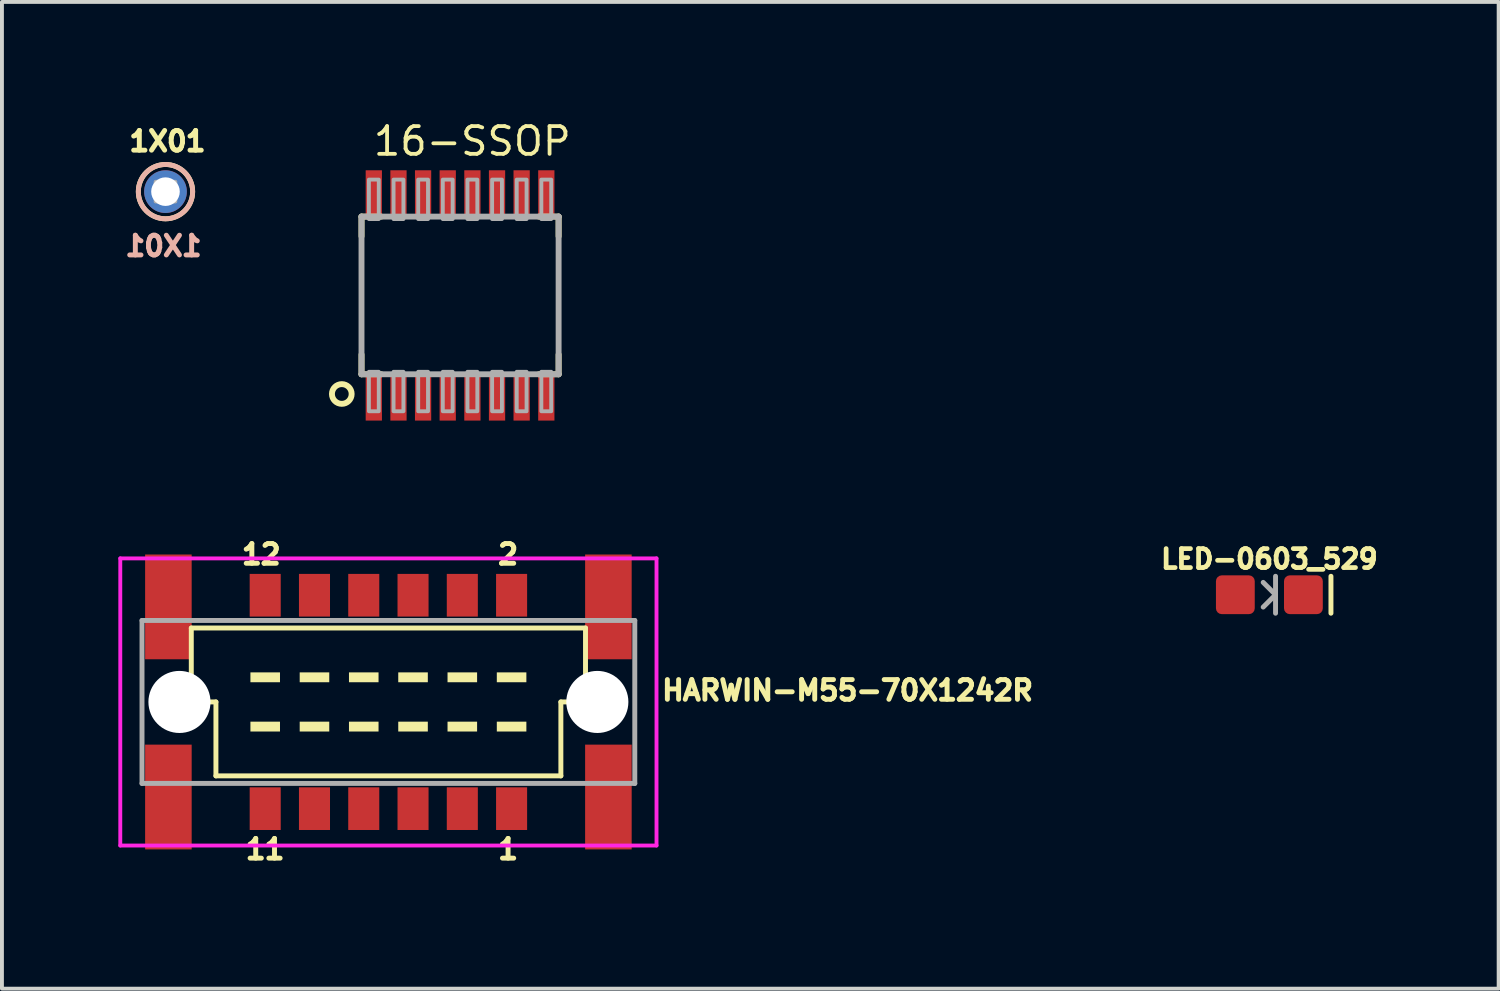
<source format=kicad_pcb>
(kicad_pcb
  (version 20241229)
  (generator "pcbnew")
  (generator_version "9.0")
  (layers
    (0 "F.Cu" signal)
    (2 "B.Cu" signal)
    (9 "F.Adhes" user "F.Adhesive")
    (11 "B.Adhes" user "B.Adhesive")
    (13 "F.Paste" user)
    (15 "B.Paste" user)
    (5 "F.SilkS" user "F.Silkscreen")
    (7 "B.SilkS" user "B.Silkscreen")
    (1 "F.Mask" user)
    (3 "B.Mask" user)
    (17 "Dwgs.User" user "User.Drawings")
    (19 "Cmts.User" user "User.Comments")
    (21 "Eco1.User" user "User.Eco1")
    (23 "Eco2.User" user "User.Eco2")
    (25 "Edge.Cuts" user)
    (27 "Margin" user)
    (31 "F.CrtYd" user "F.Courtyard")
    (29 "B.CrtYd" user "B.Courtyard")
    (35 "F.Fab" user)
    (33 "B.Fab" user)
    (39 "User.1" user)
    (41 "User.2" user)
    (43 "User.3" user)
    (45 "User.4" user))
  (footprint "1X01"
    (layer "F.Cu")
    (at 1.215 1.889)
    (property "Reference" "1X01" (at -1 -1 0) (unlocked yes) (layer "F.SilkS") (effects (font (size 0.508 0.508) (thickness 0.127)) (justify left bottom)))
    (fp_circle (center 0 0) (end 0.7 0) (stroke (width 0.127) (type solid)) (fill no) (layer "F.SilkS"))
    (fp_circle (center 0 0) (end 0.7 0) (stroke (width 0.127) (type solid)) (fill no) (layer "B.SilkS"))
    (fp_poly (pts (xy -0.254 0.254) (xy 0.254 0.254) (xy 0.254 -0.254) (xy -0.254 -0.254)) (stroke (width 0.1) (type default)) (fill no) (layer "F.Fab"))
    (fp_text user "${REFERENCE}" (at 1 1.7 0) (unlocked yes) (layer "B.SilkS") (effects (font (size 0.508 0.508) (thickness 0.127)) (justify left bottom mirror)))
    (pad "1" thru_hole circle (at 0 0) (size 1.1 1.1) (drill 0.737) (layers "*.Cu" "*.Mask")))
  (footprint "HARWIN-M55-70X1242R"
    (layer "F.Cu")
    (at 6.96 15.041)
    (property "Reference" "HARWIN-M55-70X1242R" (at 6.985 0 0) (unlocked yes) (layer "F.SilkS") (effects (font (size 0.508 0.508) (thickness 0.127)) (justify left bottom)))
    (fp_line (start -5.08 -1.905) (end -5.08 0) (stroke (width 0.127) (type solid)) (layer "F.SilkS"))
    (fp_line (start -5.08 0) (end -4.445 0) (stroke (width 0.127) (type solid)) (layer "F.SilkS"))
    (fp_line (start -4.445 0) (end -4.445 1.905) (stroke (width 0.127) (type solid)) (layer "F.SilkS"))
    (fp_line (start -4.445 1.905) (end 4.445 1.905) (stroke (width 0.127) (type solid)) (layer "F.SilkS"))
    (fp_line (start 4.445 0) (end 5.08 0) (stroke (width 0.127) (type solid)) (layer "F.SilkS"))
    (fp_line (start 4.445 1.905) (end 4.445 0) (stroke (width 0.127) (type solid)) (layer "F.SilkS"))
    (fp_line (start 5.08 -1.905) (end -5.08 -1.905) (stroke (width 0.127) (type solid)) (layer "F.SilkS"))
    (fp_line (start 5.08 0) (end 5.08 -1.905) (stroke (width 0.127) (type solid)) (layer "F.SilkS"))
    (fp_poly (pts (xy -3.556 -0.508) (xy -2.794 -0.508) (xy -2.794 -0.762) (xy -3.556 -0.762)) (stroke (width 0) (type default)) (fill yes) (layer "F.SilkS"))
    (fp_poly (pts (xy -3.556 0.762) (xy -2.794 0.762) (xy -2.794 0.508) (xy -3.556 0.508)) (stroke (width 0) (type default)) (fill yes) (layer "F.SilkS"))
    (fp_poly (pts (xy -2.286 -0.508) (xy -1.524 -0.508) (xy -1.524 -0.762) (xy -2.286 -0.762)) (stroke (width 0) (type default)) (fill yes) (layer "F.SilkS"))
    (fp_poly (pts (xy -2.286 0.762) (xy -1.524 0.762) (xy -1.524 0.508) (xy -2.286 0.508)) (stroke (width 0) (type default)) (fill yes) (layer "F.SilkS"))
    (fp_poly (pts (xy -1.016 -0.508) (xy -0.254 -0.508) (xy -0.254 -0.762) (xy -1.016 -0.762)) (stroke (width 0) (type default)) (fill yes) (layer "F.SilkS"))
    (fp_poly (pts (xy -1.016 0.762) (xy -0.254 0.762) (xy -0.254 0.508) (xy -1.016 0.508)) (stroke (width 0) (type default)) (fill yes) (layer "F.SilkS"))
    (fp_poly (pts (xy 0.254 -0.508) (xy 1.016 -0.508) (xy 1.016 -0.762) (xy 0.254 -0.762)) (stroke (width 0) (type default)) (fill yes) (layer "F.SilkS"))
    (fp_poly (pts (xy 0.254 0.762) (xy 1.016 0.762) (xy 1.016 0.508) (xy 0.254 0.508)) (stroke (width 0) (type default)) (fill yes) (layer "F.SilkS"))
    (fp_poly (pts (xy 1.524 -0.508) (xy 2.286 -0.508) (xy 2.286 -0.762) (xy 1.524 -0.762)) (stroke (width 0) (type default)) (fill yes) (layer "F.SilkS"))
    (fp_poly (pts (xy 1.524 0.762) (xy 2.286 0.762) (xy 2.286 0.508) (xy 1.524 0.508)) (stroke (width 0) (type default)) (fill yes) (layer "F.SilkS"))
    (fp_poly (pts (xy 2.794 -0.508) (xy 3.556 -0.508) (xy 3.556 -0.762) (xy 2.794 -0.762)) (stroke (width 0) (type default)) (fill yes) (layer "F.SilkS"))
    (fp_poly (pts (xy 2.794 0.762) (xy 3.556 0.762) (xy 3.556 0.508) (xy 2.794 0.508)) (stroke (width 0) (type default)) (fill yes) (layer "F.SilkS"))
    (fp_line (start -6.91 -3.7) (end 6.91 -3.7) (stroke (width 0.1) (type solid)) (layer "F.CrtYd"))
    (fp_line (start -6.91 3.7) (end -6.91 -3.7) (stroke (width 0.1) (type solid)) (layer "F.CrtYd"))
    (fp_line (start 6.91 -3.7) (end 6.91 3.7) (stroke (width 0.1) (type solid)) (layer "F.CrtYd"))
    (fp_line (start 6.91 3.7) (end -6.91 3.7) (stroke (width 0.1) (type solid)) (layer "F.CrtYd"))
    (fp_line (start -6.35 2.1) (end -6.35 -2.1) (stroke (width 0.127) (type solid)) (layer "F.Fab"))
    (fp_line (start 6.35 -2.1) (end -6.35 -2.1) (stroke (width 0.127) (type solid)) (layer "F.Fab"))
    (fp_line (start 6.35 -2.1) (end 6.35 2.1) (stroke (width 0.127) (type solid)) (layer "F.Fab"))
    (fp_line (start 6.35 2.1) (end -6.35 2.1) (stroke (width 0.127) (type solid)) (layer "F.Fab"))
    (fp_text user "11" (at -2.61 3.5 0) (unlocked yes) (layer "F.SilkS") (effects (font (size 0.508 0.508) (thickness 0.127)) (justify right top)))
    (fp_text user "12" (at -2.71 -4.1 0) (unlocked yes) (layer "F.SilkS") (effects (font (size 0.508 0.508) (thickness 0.127)) (justify right top)))
    (fp_text user "2" (at 3.41 -4.1 0) (unlocked yes) (layer "F.SilkS") (effects (font (size 0.508 0.508) (thickness 0.127)) (justify right top)))
    (fp_text user "1" (at 3.41 3.5 0) (unlocked yes) (layer "F.SilkS") (effects (font (size 0.508 0.508) (thickness 0.127)) (justify right top)))
    (pad "" np_thru_hole circle (at -5.385 0) (size 1.6 1.6) (drill 1.6) (layers "*.Cu" "*.Mask"))
    (pad "" np_thru_hole circle (at 5.385 0) (size 1.6 1.6) (drill 1.6) (layers "*.Cu" "*.Mask"))
    (pad "1" smd rect (at 3.175 2.75 180) (size 0.8 1.1) (layers "F.Cu" "F.Mask" "F.Paste"))
    (pad "2" smd rect (at 3.175 -2.75 180) (size 0.8 1.1) (layers "F.Cu" "F.Mask" "F.Paste"))
    (pad "3" smd rect (at 1.905 2.75 180) (size 0.8 1.1) (layers "F.Cu" "F.Mask" "F.Paste"))
    (pad "4" smd rect (at 1.905 -2.75 180) (size 0.8 1.1) (layers "F.Cu" "F.Mask" "F.Paste"))
    (pad "5" smd rect (at 0.635 2.75 180) (size 0.8 1.1) (layers "F.Cu" "F.Mask" "F.Paste"))
    (pad "6" smd rect (at 0.635 -2.75 180) (size 0.8 1.1) (layers "F.Cu" "F.Mask" "F.Paste"))
    (pad "7" smd rect (at -0.635 2.75 180) (size 0.8 1.1) (layers "F.Cu" "F.Mask" "F.Paste"))
    (pad "8" smd rect (at -0.635 -2.75 180) (size 0.8 1.1) (layers "F.Cu" "F.Mask" "F.Paste"))
    (pad "9" smd rect (at -1.905 2.75 180) (size 0.8 1.1) (layers "F.Cu" "F.Mask" "F.Paste"))
    (pad "10" smd rect (at -1.905 -2.75 180) (size 0.8 1.1) (layers "F.Cu" "F.Mask" "F.Paste"))
    (pad "11" smd rect (at -3.175 2.75 180) (size 0.8 1.1) (layers "F.Cu" "F.Mask" "F.Paste"))
    (pad "12" smd rect (at -3.175 -2.75 180) (size 0.8 1.1) (layers "F.Cu" "F.Mask" "F.Paste"))
    (pad "P$1" smd rect (at -5.67 2.45 90) (size 2.7 1.2) (layers "F.Cu" "F.Mask" "F.Paste"))
    (pad "P$2" smd rect (at -5.67 -2.45 90) (size 2.7 1.2) (layers "F.Cu" "F.Mask" "F.Paste"))
    (pad "P$3" smd rect (at 5.67 -2.45 90) (size 2.7 1.2) (layers "F.Cu" "F.Mask" "F.Paste"))
    (pad "P$4" smd rect (at 5.67 2.45 90) (size 2.7 1.2) (layers "F.Cu" "F.Mask" "F.Paste")))
  (footprint "LED-0603_529"
    (layer "F.Cu")
    (at 29.665 12.278)
    (property "Reference" "LED-0603_529" (at 0 -0.635 0) (unlocked yes) (layer "F.SilkS") (effects (font (size 0.488 0.488) (thickness 0.122)) (justify bottom)))
    (fp_line (start 1.587 -0.476) (end 1.587 0.476) (stroke (width 0.127) (type solid)) (layer "F.SilkS"))
    (fp_line (start 0.159 -0.476) (end 0.159 0) (stroke (width 0.127) (type solid)) (layer "F.Fab"))
    (fp_line (start 0.159 0) (end -0.159 -0.318) (stroke (width 0.127) (type solid)) (layer "F.Fab"))
    (fp_line (start 0.159 0) (end -0.159 0.318) (stroke (width 0.127) (type solid)) (layer "F.Fab"))
    (fp_line (start 0.159 0) (end 0.159 0.476) (stroke (width 0.127) (type solid)) (layer "F.Fab"))
    (pad "A" smd roundrect (at -0.877 0 270) (size 1 1) (layers "F.Cu" "F.Mask" "F.Paste") (roundrect_rratio 0.15))
    (pad "C" smd roundrect (at 0.877 0 270) (size 1 1) (layers "F.Cu" "F.Mask" "F.Paste") (roundrect_rratio 0.15)))
  (footprint "16-SSOP"
    (layer "F.Cu")
    (at 8.807 4.564)
    (property "Reference" "16-SSOP" (at -2.286 -3.556 0) (unlocked yes) (layer "F.SilkS") (effects (font (size 0.715 0.715) (thickness 0.098)) (justify left bottom)))
    (fp_line (start -2.54 -2.032) (end -2.032 -2.032) (stroke (width 0.152) (type solid)) (layer "F.SilkS"))
    (fp_line (start -2.54 -1.524) (end -2.54 -2.032) (stroke (width 0.152) (type solid)) (layer "F.SilkS"))
    (fp_line (start -2.54 1.524) (end -2.54 2.032) (stroke (width 0.152) (type solid)) (layer "F.SilkS"))
    (fp_line (start -2.54 2.032) (end -2.032 2.032) (stroke (width 0.152) (type solid)) (layer "F.SilkS"))
    (fp_line (start 2.032 2.032) (end 2.54 2.032) (stroke (width 0.152) (type solid)) (layer "F.SilkS"))
    (fp_line (start 2.54 -2.032) (end 2.032 -2.032) (stroke (width 0.152) (type solid)) (layer "F.SilkS"))
    (fp_line (start 2.54 -1.524) (end 2.54 -2.032) (stroke (width 0.152) (type solid)) (layer "F.SilkS"))
    (fp_line (start 2.54 2.032) (end 2.54 1.524) (stroke (width 0.152) (type solid)) (layer "F.SilkS"))
    (fp_circle (center -3.048 2.54) (end -2.794 2.54) (stroke (width 0.152) (type solid)) (fill no) (layer "F.SilkS"))
    (fp_line (start -2.54 -2.032) (end -2.54 2.032) (stroke (width 0.152) (type solid)) (layer "F.Fab"))
    (fp_line (start -2.54 2.032) (end 2.54 2.032) (stroke (width 0.152) (type solid)) (layer "F.Fab"))
    (fp_line (start 2.54 -2.032) (end -2.54 -2.032) (stroke (width 0.152) (type solid)) (layer "F.Fab"))
    (fp_line (start 2.54 2.032) (end 2.54 -2.032) (stroke (width 0.152) (type solid)) (layer "F.Fab"))
    (fp_poly (pts (xy -2.349 2.985) (xy -2.095 2.985) (xy -2.095 1.968) (xy -2.349 1.968)) (stroke (width 0.1) (type default)) (fill no) (layer "F.Fab"))
    (fp_poly (pts (xy -2.095 -2.985) (xy -2.349 -2.985) (xy -2.349 -1.968) (xy -2.095 -1.968)) (stroke (width 0.1) (type default)) (fill no) (layer "F.Fab"))
    (fp_poly (pts (xy -1.714 2.985) (xy -1.46 2.985) (xy -1.46 1.968) (xy -1.714 1.968)) (stroke (width 0.1) (type default)) (fill no) (layer "F.Fab"))
    (fp_poly (pts (xy -1.46 -2.985) (xy -1.714 -2.985) (xy -1.714 -1.968) (xy -1.46 -1.968)) (stroke (width 0.1) (type default)) (fill no) (layer "F.Fab"))
    (fp_poly (pts (xy -1.079 2.985) (xy -0.826 2.985) (xy -0.826 1.968) (xy -1.079 1.968)) (stroke (width 0.1) (type default)) (fill no) (layer "F.Fab"))
    (fp_poly (pts (xy -0.826 -2.985) (xy -1.079 -2.985) (xy -1.079 -1.968) (xy -0.826 -1.968)) (stroke (width 0.1) (type default)) (fill no) (layer "F.Fab"))
    (fp_poly (pts (xy -0.445 2.985) (xy -0.191 2.985) (xy -0.191 1.968) (xy -0.445 1.968)) (stroke (width 0.1) (type default)) (fill no) (layer "F.Fab"))
    (fp_poly (pts (xy -0.191 -2.985) (xy -0.445 -2.985) (xy -0.445 -1.968) (xy -0.191 -1.968)) (stroke (width 0.1) (type default)) (fill no) (layer "F.Fab"))
    (fp_poly (pts (xy 0.191 2.985) (xy 0.445 2.985) (xy 0.445 1.968) (xy 0.191 1.968)) (stroke (width 0.1) (type default)) (fill no) (layer "F.Fab"))
    (fp_poly (pts (xy 0.445 -2.985) (xy 0.191 -2.985) (xy 0.191 -1.968) (xy 0.445 -1.968)) (stroke (width 0.1) (type default)) (fill no) (layer "F.Fab"))
    (fp_poly (pts (xy 0.826 2.985) (xy 1.079 2.985) (xy 1.079 1.968) (xy 0.826 1.968)) (stroke (width 0.1) (type default)) (fill no) (layer "F.Fab"))
    (fp_poly (pts (xy 1.079 -2.985) (xy 0.826 -2.985) (xy 0.826 -1.968) (xy 1.079 -1.968)) (stroke (width 0.1) (type default)) (fill no) (layer "F.Fab"))
    (fp_poly (pts (xy 1.46 2.985) (xy 1.714 2.985) (xy 1.714 1.968) (xy 1.46 1.968)) (stroke (width 0.1) (type default)) (fill no) (layer "F.Fab"))
    (fp_poly (pts (xy 1.714 -2.985) (xy 1.46 -2.985) (xy 1.46 -1.968) (xy 1.714 -1.968)) (stroke (width 0.1) (type default)) (fill no) (layer "F.Fab"))
    (fp_poly (pts (xy 2.095 2.985) (xy 2.349 2.985) (xy 2.349 1.968) (xy 2.095 1.968)) (stroke (width 0.1) (type default)) (fill no) (layer "F.Fab"))
    (fp_poly (pts (xy 2.349 -2.985) (xy 2.095 -2.985) (xy 2.095 -1.968) (xy 2.349 -1.968)) (stroke (width 0.1) (type default)) (fill no) (layer "F.Fab"))
    (pad "1" smd rect (at -2.223 2.654 90) (size 1.143 0.419) (layers "F.Cu" "F.Mask" "F.Paste"))
    (pad "2" smd rect (at -1.587 2.654 90) (size 1.143 0.419) (layers "F.Cu" "F.Mask" "F.Paste"))
    (pad "3" smd rect (at -0.953 2.654 90) (size 1.143 0.419) (layers "F.Cu" "F.Mask" "F.Paste"))
    (pad "4" smd rect (at -0.318 2.654 90) (size 1.143 0.419) (layers "F.Cu" "F.Mask" "F.Paste"))
    (pad "5" smd rect (at 0.318 2.654 90) (size 1.143 0.419) (layers "F.Cu" "F.Mask" "F.Paste"))
    (pad "6" smd rect (at 0.953 2.654 90) (size 1.143 0.419) (layers "F.Cu" "F.Mask" "F.Paste"))
    (pad "7" smd rect (at 1.587 2.654 90) (size 1.143 0.419) (layers "F.Cu" "F.Mask" "F.Paste"))
    (pad "8" smd rect (at 2.223 2.654 90) (size 1.143 0.419) (layers "F.Cu" "F.Mask" "F.Paste"))
    (pad "9" smd rect (at 2.223 -2.654 90) (size 1.143 0.419) (layers "F.Cu" "F.Mask" "F.Paste"))
    (pad "10" smd rect (at 1.587 -2.654 90) (size 1.143 0.419) (layers "F.Cu" "F.Mask" "F.Paste"))
    (pad "11" smd rect (at 0.953 -2.654 90) (size 1.143 0.419) (layers "F.Cu" "F.Mask" "F.Paste"))
    (pad "12" smd rect (at 0.318 -2.654 90) (size 1.143 0.419) (layers "F.Cu" "F.Mask" "F.Paste"))
    (pad "13" smd rect (at -0.318 -2.654 90) (size 1.143 0.419) (layers "F.Cu" "F.Mask" "F.Paste"))
    (pad "14" smd rect (at -0.953 -2.654 90) (size 1.143 0.419) (layers "F.Cu" "F.Mask" "F.Paste"))
    (pad "15" smd rect (at -1.587 -2.654 90) (size 1.143 0.419) (layers "F.Cu" "F.Mask" "F.Paste"))
    (pad "16" smd rect (at -2.223 -2.654 90) (size 1.143 0.419) (layers "F.Cu" "F.Mask" "F.Paste")))
  (gr_rect
    (start -3 -3)
    (end 35.574 22.43)
    (stroke (width 0.1) (type default))
    (fill no)
    (layer "Edge.Cuts")))
</source>
